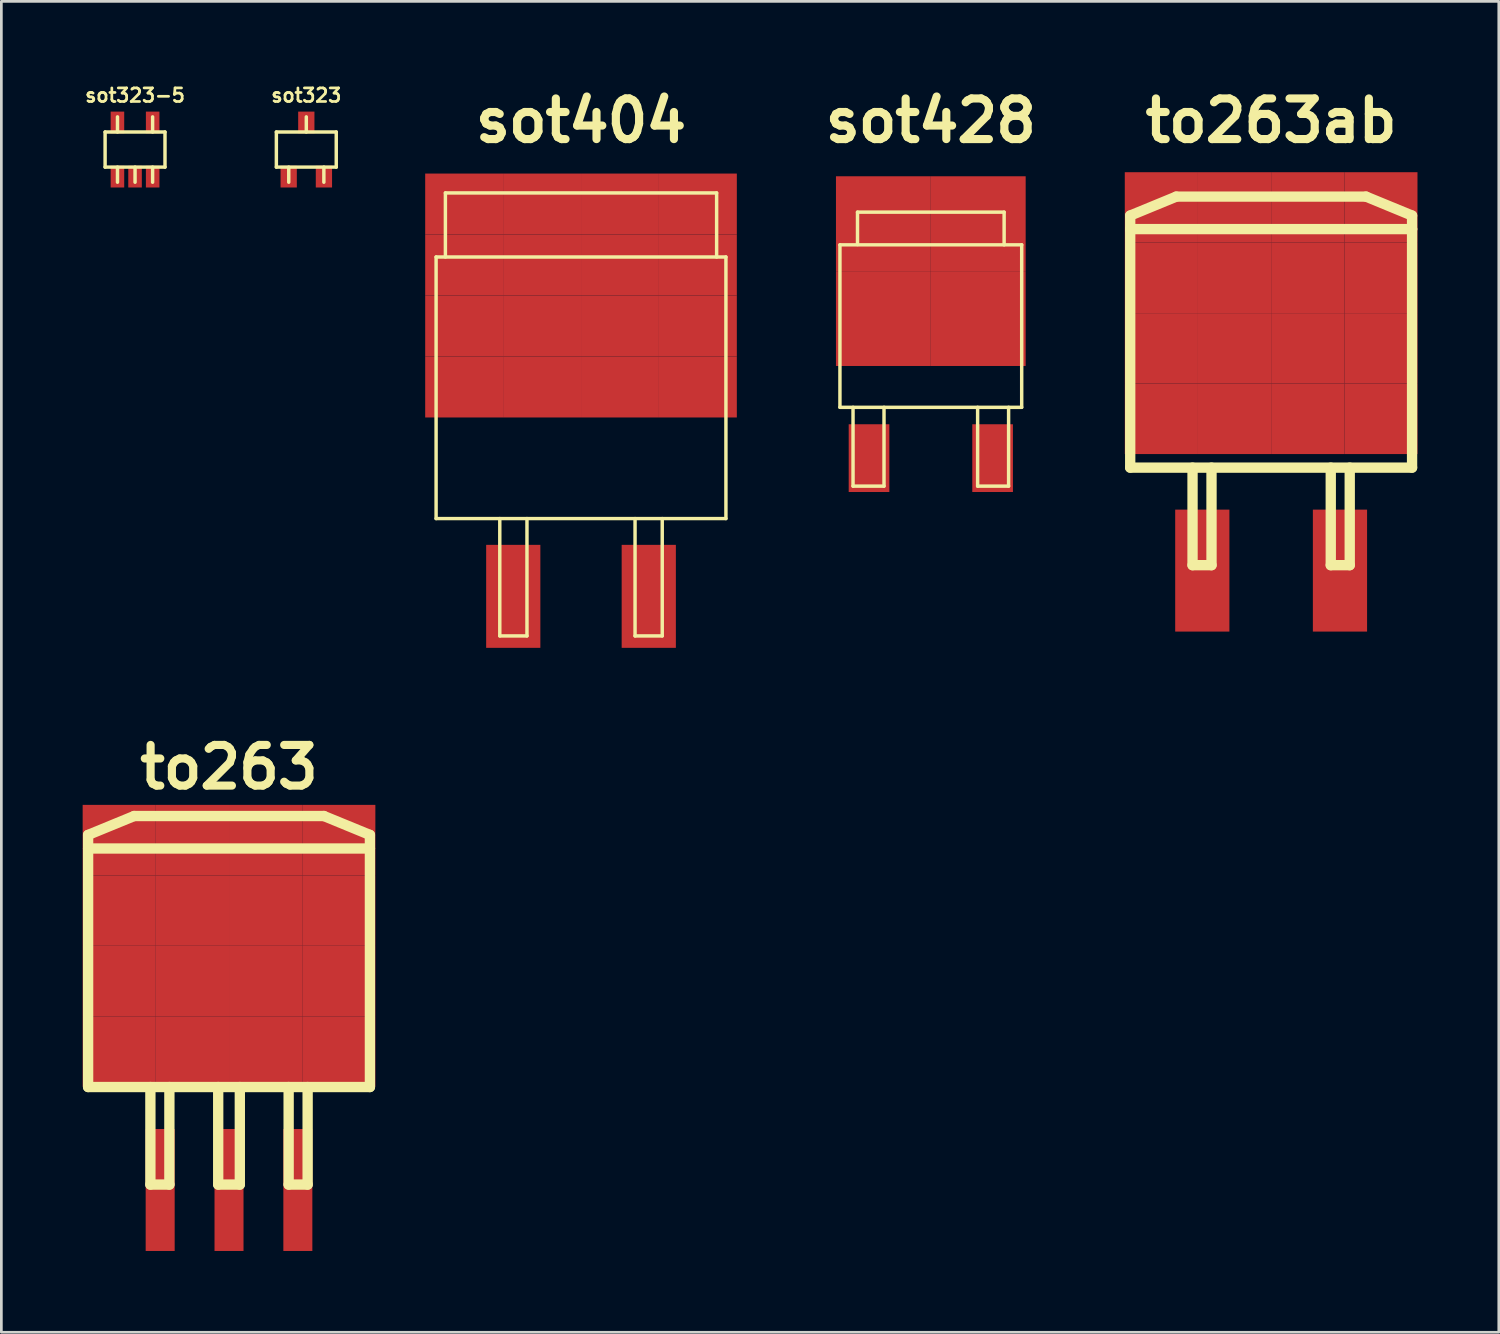
<source format=kicad_pcb>
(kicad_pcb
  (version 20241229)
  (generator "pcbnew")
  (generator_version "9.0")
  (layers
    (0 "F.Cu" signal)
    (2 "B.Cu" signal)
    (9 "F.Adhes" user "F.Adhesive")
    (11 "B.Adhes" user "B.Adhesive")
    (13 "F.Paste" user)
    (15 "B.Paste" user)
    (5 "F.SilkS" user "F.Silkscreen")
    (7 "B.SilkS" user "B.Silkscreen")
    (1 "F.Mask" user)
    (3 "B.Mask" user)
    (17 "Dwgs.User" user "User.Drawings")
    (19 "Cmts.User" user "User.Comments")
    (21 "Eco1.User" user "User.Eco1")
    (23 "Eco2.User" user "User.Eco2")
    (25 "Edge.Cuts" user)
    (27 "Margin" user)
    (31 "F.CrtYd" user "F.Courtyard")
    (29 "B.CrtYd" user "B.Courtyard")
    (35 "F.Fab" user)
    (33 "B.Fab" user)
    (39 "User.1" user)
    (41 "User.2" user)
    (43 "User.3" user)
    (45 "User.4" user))
  (footprint "to263ab"
    (layer "F.Cu")
    (at 43.852 12.404)
    (property "Reference" "to263ab" (at 0 -11 0) (layer "F.SilkS") (effects (font (size 1.5 1.5) (thickness 0.3))))
    (attr through_hole)
    (fp_line (start -5.2 -7.5) (end -3.5 -8.2) (stroke (width 0.381) (type solid)) (layer "F.SilkS"))
    (fp_line (start -5.2 -7) (end -5.2 -7.5) (stroke (width 0.381) (type solid)) (layer "F.SilkS"))
    (fp_line (start -5.2 -7) (end -5.2 1.8) (stroke (width 0.381) (type solid)) (layer "F.SilkS"))
    (fp_line (start -5.2 1.8) (end 5.2 1.8) (stroke (width 0.381) (type solid)) (layer "F.SilkS"))
    (fp_line (start -3.5 -8.2) (end 3.5 -8.2) (stroke (width 0.381) (type solid)) (layer "F.SilkS"))
    (fp_line (start -2.9 1.8) (end -2.9 5.4) (stroke (width 0.381) (type solid)) (layer "F.SilkS"))
    (fp_line (start -2.9 5.4) (end -2.2 5.4) (stroke (width 0.381) (type solid)) (layer "F.SilkS"))
    (fp_line (start -2.2 5.4) (end -2.2 1.8) (stroke (width 0.381) (type solid)) (layer "F.SilkS"))
    (fp_line (start 2.2 1.8) (end 2.2 5.4) (stroke (width 0.381) (type solid)) (layer "F.SilkS"))
    (fp_line (start 2.2 5.4) (end 2.9 5.4) (stroke (width 0.381) (type solid)) (layer "F.SilkS"))
    (fp_line (start 2.9 5.4) (end 2.9 1.8) (stroke (width 0.381) (type solid)) (layer "F.SilkS"))
    (fp_line (start 3.5 -8.2) (end 5.2 -7.5) (stroke (width 0.381) (type solid)) (layer "F.SilkS"))
    (fp_line (start 5.2 -7.5) (end 5.2 -7) (stroke (width 0.381) (type solid)) (layer "F.SilkS"))
    (fp_line (start 5.2 -7) (end -5.2 -7) (stroke (width 0.381) (type solid)) (layer "F.SilkS"))
    (fp_line (start 5.2 1.8) (end 5.2 -7) (stroke (width 0.381) (type solid)) (layer "F.SilkS"))
    (pad "1" smd rect (at -2.54 5.6) (size 2 4.5) (layers "F.Cu" "F.Mask" "F.Paste"))
    (pad "2" smd rect (at -4.05 -7.8) (size 2.7 2.6) (layers "F.Cu" "F.Mask" "F.Paste"))
    (pad "2" smd rect (at -4.05 -5.2) (size 2.7 2.6) (layers "F.Cu" "F.Mask" "F.Paste"))
    (pad "2" smd rect (at -4.05 -2.6) (size 2.7 2.6) (layers "F.Cu" "F.Mask" "F.Paste"))
    (pad "2" smd rect (at -4.05 0) (size 2.7 2.6) (layers "F.Cu" "F.Mask" "F.Paste"))
    (pad "2" smd rect (at -1.35 -7.8) (size 2.7 2.6) (layers "F.Cu" "F.Mask" "F.Paste"))
    (pad "2" smd rect (at -1.35 -5.2) (size 2.7 2.6) (layers "F.Cu" "F.Mask" "F.Paste"))
    (pad "2" smd rect (at -1.35 -2.6) (size 2.7 2.6) (layers "F.Cu" "F.Mask" "F.Paste"))
    (pad "2" smd rect (at -1.35 0) (size 2.7 2.6) (layers "F.Cu" "F.Mask" "F.Paste"))
    (pad "2" smd rect (at 1.35 -7.8) (size 2.7 2.6) (layers "F.Cu" "F.Mask" "F.Paste"))
    (pad "2" smd rect (at 1.35 -5.2) (size 2.7 2.6) (layers "F.Cu" "F.Mask" "F.Paste"))
    (pad "2" smd rect (at 1.35 -2.6) (size 2.7 2.6) (layers "F.Cu" "F.Mask" "F.Paste"))
    (pad "2" smd rect (at 1.35 0) (size 2.7 2.6) (layers "F.Cu" "F.Mask" "F.Paste"))
    (pad "2" smd rect (at 4.05 -7.8) (size 2.7 2.6) (layers "F.Cu" "F.Mask" "F.Paste"))
    (pad "2" smd rect (at 4.05 -5.2) (size 2.7 2.6) (layers "F.Cu" "F.Mask" "F.Paste"))
    (pad "2" smd rect (at 4.05 -2.6) (size 2.7 2.6) (layers "F.Cu" "F.Mask" "F.Paste"))
    (pad "2" smd rect (at 4.05 0) (size 2.7 2.6) (layers "F.Cu" "F.Mask" "F.Paste"))
    (pad "3" smd rect (at 2.54 5.6) (size 2 4.5) (layers "F.Cu" "F.Mask" "F.Paste")))
  (footprint "sot323-5"
    (layer "F.Cu")
    (at 1.933 2.468)
    (property "Reference" "sot323-5" (at 0 -2 0) (layer "F.SilkS") (effects (font (size 0.5 0.5) (thickness 0.1))))
    (attr through_hole)
    (fp_line (start -1.105 -0.648) (end 1.105 -0.648) (stroke (width 0.127) (type solid)) (layer "F.SilkS"))
    (fp_line (start -1.105 0.648) (end -1.105 -0.648) (stroke (width 0.127) (type solid)) (layer "F.SilkS"))
    (fp_line (start -0.648 -0.648) (end -0.648 -1.206) (stroke (width 0.127) (type solid)) (layer "F.SilkS"))
    (fp_line (start -0.648 0.648) (end -0.648 1.206) (stroke (width 0.127) (type solid)) (layer "F.SilkS"))
    (fp_line (start 0 0.648) (end 0 1.206) (stroke (width 0.127) (type solid)) (layer "F.SilkS"))
    (fp_line (start 0.648 -0.648) (end 0.648 -1.206) (stroke (width 0.127) (type solid)) (layer "F.SilkS"))
    (fp_line (start 0.648 0.648) (end 0.648 1.206) (stroke (width 0.127) (type solid)) (layer "F.SilkS"))
    (fp_line (start 1.105 -0.648) (end 1.105 0.648) (stroke (width 0.127) (type solid)) (layer "F.SilkS"))
    (fp_line (start 1.105 0.648) (end -1.105 0.648) (stroke (width 0.127) (type solid)) (layer "F.SilkS"))
    (pad "1" smd rect (at -0.65 1) (size 0.5 0.8) (layers "F.Cu" "F.Mask" "F.Paste"))
    (pad "2" smd rect (at 0 1) (size 0.5 0.8) (layers "F.Cu" "F.Mask" "F.Paste"))
    (pad "3" smd rect (at 0.65 1) (size 0.5 0.8) (layers "F.Cu" "F.Mask" "F.Paste"))
    (pad "4" smd rect (at 0.65 -1) (size 0.5 0.8) (layers "F.Cu" "F.Mask" "F.Paste"))
    (pad "5" smd rect (at -0.65 -1) (size 0.5 0.8) (layers "F.Cu" "F.Mask" "F.Paste")))
  (footprint "to263"
    (layer "F.Cu")
    (at 5.4 35.258)
    (property "Reference" "to263" (at 0 -10 0) (layer "F.SilkS") (effects (font (size 1.5 1.5) (thickness 0.3))))
    (attr through_hole)
    (fp_line (start -5.199 -7.501) (end -3.5 -8.199) (stroke (width 0.381) (type solid)) (layer "F.SilkS"))
    (fp_line (start -5.199 -7) (end -5.199 -7.501) (stroke (width 0.381) (type solid)) (layer "F.SilkS"))
    (fp_line (start -5.199 -7) (end -5.199 1.801) (stroke (width 0.381) (type solid)) (layer "F.SilkS"))
    (fp_line (start -5.199 1.801) (end 5.199 1.801) (stroke (width 0.381) (type solid)) (layer "F.SilkS"))
    (fp_line (start -3.5 -8.199) (end 3.5 -8.199) (stroke (width 0.381) (type solid)) (layer "F.SilkS"))
    (fp_line (start -2.901 1.801) (end -2.901 5.4) (stroke (width 0.381) (type solid)) (layer "F.SilkS"))
    (fp_line (start -2.901 5.4) (end -2.2 5.4) (stroke (width 0.381) (type solid)) (layer "F.SilkS"))
    (fp_line (start -2.2 5.4) (end -2.2 1.801) (stroke (width 0.381) (type solid)) (layer "F.SilkS"))
    (fp_line (start -0.399 1.801) (end -0.399 5.4) (stroke (width 0.381) (type solid)) (layer "F.SilkS"))
    (fp_line (start -0.399 5.4) (end 0.399 5.4) (stroke (width 0.381) (type solid)) (layer "F.SilkS"))
    (fp_line (start 0.399 5.4) (end 0.399 1.801) (stroke (width 0.381) (type solid)) (layer "F.SilkS"))
    (fp_line (start 2.2 1.801) (end 2.2 5.4) (stroke (width 0.381) (type solid)) (layer "F.SilkS"))
    (fp_line (start 2.2 5.4) (end 2.901 5.4) (stroke (width 0.381) (type solid)) (layer "F.SilkS"))
    (fp_line (start 2.901 5.4) (end 2.901 1.801) (stroke (width 0.381) (type solid)) (layer "F.SilkS"))
    (fp_line (start 3.5 -8.199) (end 5.199 -7.501) (stroke (width 0.381) (type solid)) (layer "F.SilkS"))
    (fp_line (start 5.199 -7.501) (end 5.199 -7) (stroke (width 0.381) (type solid)) (layer "F.SilkS"))
    (fp_line (start 5.199 -7) (end -5.199 -7) (stroke (width 0.381) (type solid)) (layer "F.SilkS"))
    (fp_line (start 5.199 1.801) (end 5.199 -7) (stroke (width 0.381) (type solid)) (layer "F.SilkS"))
    (pad "1" smd rect (at -2.54 5.6) (size 1.07 4.5) (layers "F.Cu" "F.Mask" "F.Paste"))
    (pad "2" smd rect (at 0 5.6) (size 1.07 4.5) (layers "F.Cu" "F.Mask" "F.Paste"))
    (pad "3" smd rect (at 2.54 5.6) (size 1.07 4.5) (layers "F.Cu" "F.Mask" "F.Paste"))
    (pad "4" smd rect (at -4.05 -7.31) (size 2.7 2.6) (layers "F.Cu" "F.Mask" "F.Paste"))
    (pad "4" smd rect (at -4.05 -4.71) (size 2.7 2.6) (layers "F.Cu" "F.Mask" "F.Paste"))
    (pad "4" smd rect (at -4.05 -2.11) (size 2.7 2.6) (layers "F.Cu" "F.Mask" "F.Paste"))
    (pad "4" smd rect (at -4.05 0.49) (size 2.7 2.6) (layers "F.Cu" "F.Mask" "F.Paste"))
    (pad "4" smd rect (at -1.35 -7.31) (size 2.7 2.6) (layers "F.Cu" "F.Mask" "F.Paste"))
    (pad "4" smd rect (at -1.35 -4.71) (size 2.7 2.6) (layers "F.Cu" "F.Mask" "F.Paste"))
    (pad "4" smd rect (at -1.35 -2.11) (size 2.7 2.6) (layers "F.Cu" "F.Mask" "F.Paste"))
    (pad "4" smd rect (at -1.35 0.49) (size 2.7 2.6) (layers "F.Cu" "F.Mask" "F.Paste"))
    (pad "4" smd rect (at 1.35 -7.31) (size 2.7 2.6) (layers "F.Cu" "F.Mask" "F.Paste"))
    (pad "4" smd rect (at 1.35 -4.71) (size 2.7 2.6) (layers "F.Cu" "F.Mask" "F.Paste"))
    (pad "4" smd rect (at 1.35 -2.11) (size 2.7 2.6) (layers "F.Cu" "F.Mask" "F.Paste"))
    (pad "4" smd rect (at 1.35 0.49) (size 2.7 2.6) (layers "F.Cu" "F.Mask" "F.Paste"))
    (pad "4" smd rect (at 4.05 -7.31) (size 2.7 2.6) (layers "F.Cu" "F.Mask" "F.Paste"))
    (pad "4" smd rect (at 4.05 -4.71) (size 2.7 2.6) (layers "F.Cu" "F.Mask" "F.Paste"))
    (pad "4" smd rect (at 4.05 -2.11) (size 2.7 2.6) (layers "F.Cu" "F.Mask" "F.Paste"))
    (pad "4" smd rect (at 4.05 0.49) (size 2.7 2.6) (layers "F.Cu" "F.Mask" "F.Paste")))
  (footprint "sot323"
    (layer "F.Cu")
    (at 8.252 2.468)
    (property "Reference" "sot323" (at 0 -2 0) (layer "F.SilkS") (effects (font (size 0.5 0.5) (thickness 0.1))))
    (attr through_hole)
    (fp_line (start -1.105 -0.648) (end 1.105 -0.648) (stroke (width 0.127) (type solid)) (layer "F.SilkS"))
    (fp_line (start -1.105 0.648) (end -1.105 -0.648) (stroke (width 0.127) (type solid)) (layer "F.SilkS"))
    (fp_line (start -0.648 0.648) (end -0.648 1.206) (stroke (width 0.127) (type solid)) (layer "F.SilkS"))
    (fp_line (start 0 -0.648) (end 0 -1.206) (stroke (width 0.127) (type solid)) (layer "F.SilkS"))
    (fp_line (start 0.648 0.648) (end 0.648 1.206) (stroke (width 0.127) (type solid)) (layer "F.SilkS"))
    (fp_line (start 1.105 -0.648) (end 1.105 0.648) (stroke (width 0.127) (type solid)) (layer "F.SilkS"))
    (fp_line (start 1.105 0.648) (end -1.105 0.648) (stroke (width 0.127) (type solid)) (layer "F.SilkS"))
    (pad "1" smd rect (at -0.65 1) (size 0.6 0.8) (layers "F.Cu" "F.Mask" "F.Paste"))
    (pad "2" smd rect (at 0 -1) (size 0.6 0.8) (layers "F.Cu" "F.Mask" "F.Paste"))
    (pad "3" smd rect (at 0.65 1) (size 0.6 0.8) (layers "F.Cu" "F.Mask" "F.Paste")))
  (footprint "sot428"
    (layer "F.Cu")
    (at 31.295 10.404)
    (property "Reference" "sot428" (at 0 -9 0) (layer "F.SilkS") (effects (font (size 1.5 1.5) (thickness 0.3))))
    (attr through_hole)
    (fp_line (start -3.353 -4.42) (end -3.353 1.575) (stroke (width 0.127) (type solid)) (layer "F.SilkS"))
    (fp_line (start -2.87 1.575) (end -2.87 4.483) (stroke (width 0.127) (type solid)) (layer "F.SilkS"))
    (fp_line (start -2.87 4.483) (end -1.727 4.483) (stroke (width 0.127) (type solid)) (layer "F.SilkS"))
    (fp_line (start -2.705 -5.626) (end 2.705 -5.626) (stroke (width 0.127) (type solid)) (layer "F.SilkS"))
    (fp_line (start -2.705 -4.432) (end -2.705 -5.626) (stroke (width 0.127) (type solid)) (layer "F.SilkS"))
    (fp_line (start -1.727 4.483) (end -1.727 1.575) (stroke (width 0.127) (type solid)) (layer "F.SilkS"))
    (fp_line (start 1.727 1.575) (end 1.727 4.483) (stroke (width 0.127) (type solid)) (layer "F.SilkS"))
    (fp_line (start 1.727 4.483) (end 2.87 4.483) (stroke (width 0.127) (type solid)) (layer "F.SilkS"))
    (fp_line (start 2.705 -5.626) (end 2.705 -4.42) (stroke (width 0.127) (type solid)) (layer "F.SilkS"))
    (fp_line (start 2.87 4.483) (end 2.87 1.575) (stroke (width 0.127) (type solid)) (layer "F.SilkS"))
    (fp_line (start 3.353 -4.42) (end -3.353 -4.42) (stroke (width 0.127) (type solid)) (layer "F.SilkS"))
    (fp_line (start 3.353 1.575) (end -3.353 1.575) (stroke (width 0.127) (type solid)) (layer "F.SilkS"))
    (fp_line (start 3.353 1.575) (end 3.353 -4.42) (stroke (width 0.127) (type solid)) (layer "F.SilkS"))
    (pad "1" smd rect (at -2.28 3.45) (size 1.5 2.5) (layers "F.Cu" "F.Mask" "F.Paste"))
    (pad "2" smd rect (at -1.75 -5.2) (size 3.5 3.5) (layers "F.Cu" "F.Mask" "F.Paste"))
    (pad "2" smd rect (at -1.75 -1.7) (size 3.5 3.5) (layers "F.Cu" "F.Mask" "F.Paste"))
    (pad "2" smd rect (at 1.75 -5.2) (size 3.5 3.5) (layers "F.Cu" "F.Mask" "F.Paste"))
    (pad "2" smd rect (at 1.75 -1.7) (size 3.5 3.5) (layers "F.Cu" "F.Mask" "F.Paste"))
    (pad "3" smd rect (at 2.28 3.45) (size 1.5 2.5) (layers "F.Cu" "F.Mask" "F.Paste")))
  (footprint "sot404"
    (layer "F.Cu")
    (at 18.388 13.404)
    (property "Reference" "sot404" (at 0 -12 0) (layer "F.SilkS") (effects (font (size 1.5 1.5) (thickness 0.3))))
    (attr through_hole)
    (fp_line (start -5.347 -6.972) (end 5.347 -6.972) (stroke (width 0.127) (type solid)) (layer "F.SilkS"))
    (fp_line (start -5.347 2.68) (end -5.347 -6.972) (stroke (width 0.127) (type solid)) (layer "F.SilkS"))
    (fp_line (start -5.004 -9.335) (end 5.004 -9.335) (stroke (width 0.127) (type solid)) (layer "F.SilkS"))
    (fp_line (start -5.004 -6.972) (end -5.004 -9.335) (stroke (width 0.127) (type solid)) (layer "F.SilkS"))
    (fp_line (start -2.997 2.68) (end -2.997 7.01) (stroke (width 0.127) (type solid)) (layer "F.SilkS"))
    (fp_line (start -2.997 7.01) (end -1.994 7.01) (stroke (width 0.127) (type solid)) (layer "F.SilkS"))
    (fp_line (start -1.994 7.01) (end -1.994 2.68) (stroke (width 0.127) (type solid)) (layer "F.SilkS"))
    (fp_line (start 1.994 2.68) (end 1.994 7.01) (stroke (width 0.127) (type solid)) (layer "F.SilkS"))
    (fp_line (start 1.994 7.01) (end 2.997 7.01) (stroke (width 0.127) (type solid)) (layer "F.SilkS"))
    (fp_line (start 2.997 7.01) (end 2.997 2.68) (stroke (width 0.127) (type solid)) (layer "F.SilkS"))
    (fp_line (start 5.004 -9.335) (end 5.004 -6.972) (stroke (width 0.127) (type solid)) (layer "F.SilkS"))
    (fp_line (start 5.347 -6.972) (end 5.347 2.68) (stroke (width 0.127) (type solid)) (layer "F.SilkS"))
    (fp_line (start 5.347 2.68) (end -5.347 2.68) (stroke (width 0.127) (type solid)) (layer "F.SilkS"))
    (pad "1" smd rect (at -2.5 5.55) (size 2 3.8) (layers "F.Cu" "F.Mask" "F.Paste"))
    (pad "2" smd rect (at -4.312 -8.925) (size 2.875 2.25) (layers "F.Cu" "F.Mask" "F.Paste"))
    (pad "2" smd rect (at -4.312 -6.675) (size 2.875 2.25) (layers "F.Cu" "F.Mask" "F.Paste"))
    (pad "2" smd rect (at -4.312 -4.425) (size 2.875 2.25) (layers "F.Cu" "F.Mask" "F.Paste"))
    (pad "2" smd rect (at -4.312 -2.175) (size 2.875 2.25) (layers "F.Cu" "F.Mask" "F.Paste"))
    (pad "2" smd rect (at -1.438 -8.925) (size 2.875 2.25) (layers "F.Cu" "F.Mask" "F.Paste"))
    (pad "2" smd rect (at -1.438 -6.675) (size 2.875 2.25) (layers "F.Cu" "F.Mask" "F.Paste"))
    (pad "2" smd rect (at -1.438 -4.425) (size 2.875 2.25) (layers "F.Cu" "F.Mask" "F.Paste"))
    (pad "2" smd rect (at -1.438 -2.175) (size 2.875 2.25) (layers "F.Cu" "F.Mask" "F.Paste"))
    (pad "2" smd rect (at 1.438 -8.925) (size 2.875 2.25) (layers "F.Cu" "F.Mask" "F.Paste"))
    (pad "2" smd rect (at 1.438 -6.675) (size 2.875 2.25) (layers "F.Cu" "F.Mask" "F.Paste"))
    (pad "2" smd rect (at 1.438 -4.425) (size 2.875 2.25) (layers "F.Cu" "F.Mask" "F.Paste"))
    (pad "2" smd rect (at 1.438 -2.175) (size 2.875 2.25) (layers "F.Cu" "F.Mask" "F.Paste"))
    (pad "2" smd rect (at 4.312 -8.925) (size 2.875 2.25) (layers "F.Cu" "F.Mask" "F.Paste"))
    (pad "2" smd rect (at 4.312 -6.675) (size 2.875 2.25) (layers "F.Cu" "F.Mask" "F.Paste"))
    (pad "2" smd rect (at 4.312 -4.425) (size 2.875 2.25) (layers "F.Cu" "F.Mask" "F.Paste"))
    (pad "2" smd rect (at 4.312 -2.175) (size 2.875 2.25) (layers "F.Cu" "F.Mask" "F.Paste"))
    (pad "3" smd rect (at 2.5 5.55) (size 2 3.8) (layers "F.Cu" "F.Mask" "F.Paste")))
  (gr_rect
    (start -3 -3)
    (end 52.252 46.108)
    (stroke (width 0.1) (type default))
    (fill no)
    (layer "Edge.Cuts")))
</source>
